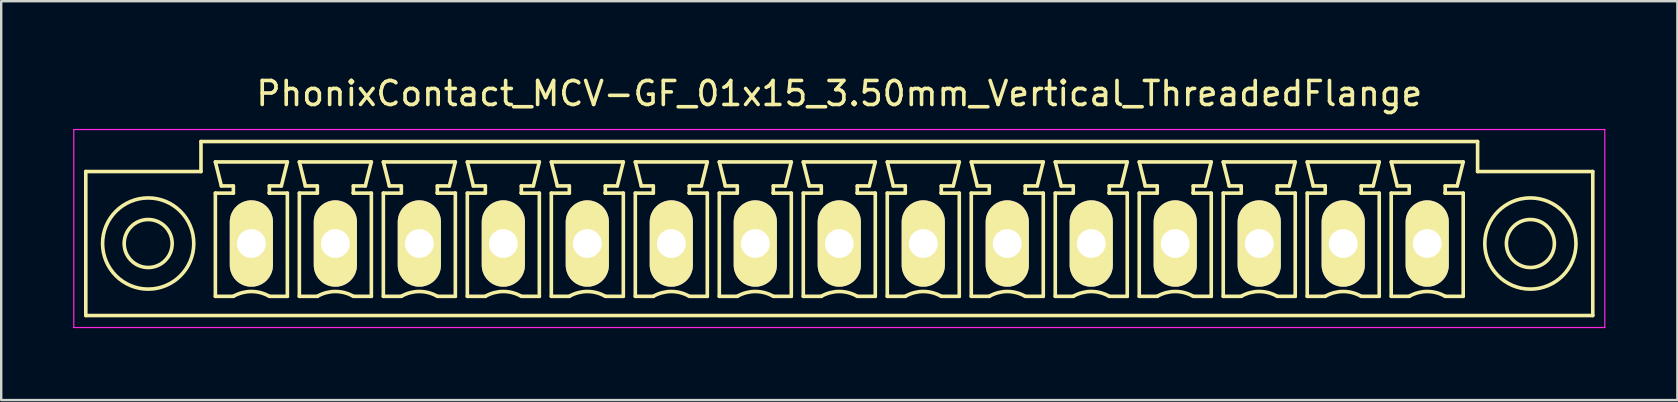
<source format=kicad_pcb>
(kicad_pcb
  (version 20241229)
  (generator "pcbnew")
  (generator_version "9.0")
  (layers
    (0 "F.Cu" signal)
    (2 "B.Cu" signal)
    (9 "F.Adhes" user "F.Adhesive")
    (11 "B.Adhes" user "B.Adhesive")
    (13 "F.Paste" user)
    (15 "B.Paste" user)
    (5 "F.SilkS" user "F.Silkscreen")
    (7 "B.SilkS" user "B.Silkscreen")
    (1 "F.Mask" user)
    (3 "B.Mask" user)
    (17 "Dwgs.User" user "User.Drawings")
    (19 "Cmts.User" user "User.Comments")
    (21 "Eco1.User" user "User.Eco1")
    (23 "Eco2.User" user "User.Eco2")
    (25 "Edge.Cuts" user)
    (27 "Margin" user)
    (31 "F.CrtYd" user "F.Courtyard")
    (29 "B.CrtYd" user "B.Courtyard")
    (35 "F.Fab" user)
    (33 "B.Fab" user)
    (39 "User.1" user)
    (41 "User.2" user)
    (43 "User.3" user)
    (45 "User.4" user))
  (footprint "PhonixContact_MCV-GF_01x15_3.50mm_Vertical_ThreadedFlange"
    (layer "F.Cu")
    (at 7.425 7.098)
    (property "Reference" "PhonixContact_MCV-GF_01x15_3.50mm_Vertical_ThreadedFlange" (at 24.5 -6.25 0) (layer "F.SilkS") (effects (font (size 1 1) (thickness 0.15))))
    (attr through_hole)
    (fp_line (start -6.9 -3) (end -6.9 3) (stroke (width 0.15) (type solid)) (layer "F.SilkS"))
    (fp_line (start -6.9 3) (end 55.9 3) (stroke (width 0.15) (type solid)) (layer "F.SilkS"))
    (fp_line (start -2.1 -4.25) (end -2.1 -3) (stroke (width 0.15) (type solid)) (layer "F.SilkS"))
    (fp_line (start -2.1 -3) (end -6.9 -3) (stroke (width 0.15) (type solid)) (layer "F.SilkS"))
    (fp_line (start -1.5 -3.4) (end 1.5 -3.4) (stroke (width 0.15) (type solid)) (layer "F.SilkS"))
    (fp_line (start -1.5 -2.1) (end -0.75 -2.1) (stroke (width 0.15) (type solid)) (layer "F.SilkS"))
    (fp_line (start -1.5 2.2) (end -1.5 -2.1) (stroke (width 0.15) (type solid)) (layer "F.SilkS"))
    (fp_line (start -1.25 -2.4) (end -1.5 -3.4) (stroke (width 0.15) (type solid)) (layer "F.SilkS"))
    (fp_line (start -0.75 -2.4) (end -1.25 -2.4) (stroke (width 0.15) (type solid)) (layer "F.SilkS"))
    (fp_line (start -0.75 -2.1) (end -0.75 -2.4) (stroke (width 0.15) (type solid)) (layer "F.SilkS"))
    (fp_line (start -0.75 2.2) (end -1.5 2.2) (stroke (width 0.15) (type solid)) (layer "F.SilkS"))
    (fp_line (start 0.75 -2.4) (end 0.75 -2.1) (stroke (width 0.15) (type solid)) (layer "F.SilkS"))
    (fp_line (start 0.75 -2.1) (end 0.75 -2.1) (stroke (width 0.15) (type solid)) (layer "F.SilkS"))
    (fp_line (start 0.75 -2.1) (end 1.5 -2.1) (stroke (width 0.15) (type solid)) (layer "F.SilkS"))
    (fp_line (start 1.25 -2.4) (end 0.75 -2.4) (stroke (width 0.15) (type solid)) (layer "F.SilkS"))
    (fp_line (start 1.5 -3.4) (end 1.25 -2.4) (stroke (width 0.15) (type solid)) (layer "F.SilkS"))
    (fp_line (start 1.5 -2.1) (end 1.5 2.2) (stroke (width 0.15) (type solid)) (layer "F.SilkS"))
    (fp_line (start 1.5 2.2) (end 0.75 2.2) (stroke (width 0.15) (type solid)) (layer "F.SilkS"))
    (fp_line (start 2 -3.4) (end 5 -3.4) (stroke (width 0.15) (type solid)) (layer "F.SilkS"))
    (fp_line (start 2 -2.1) (end 2.75 -2.1) (stroke (width 0.15) (type solid)) (layer "F.SilkS"))
    (fp_line (start 2 2.2) (end 2 -2.1) (stroke (width 0.15) (type solid)) (layer "F.SilkS"))
    (fp_line (start 2.25 -2.4) (end 2 -3.4) (stroke (width 0.15) (type solid)) (layer "F.SilkS"))
    (fp_line (start 2.75 -2.4) (end 2.25 -2.4) (stroke (width 0.15) (type solid)) (layer "F.SilkS"))
    (fp_line (start 2.75 -2.1) (end 2.75 -2.4) (stroke (width 0.15) (type solid)) (layer "F.SilkS"))
    (fp_line (start 2.75 2.2) (end 2 2.2) (stroke (width 0.15) (type solid)) (layer "F.SilkS"))
    (fp_line (start 4.25 -2.4) (end 4.25 -2.1) (stroke (width 0.15) (type solid)) (layer "F.SilkS"))
    (fp_line (start 4.25 -2.1) (end 4.25 -2.1) (stroke (width 0.15) (type solid)) (layer "F.SilkS"))
    (fp_line (start 4.25 -2.1) (end 5 -2.1) (stroke (width 0.15) (type solid)) (layer "F.SilkS"))
    (fp_line (start 4.75 -2.4) (end 4.25 -2.4) (stroke (width 0.15) (type solid)) (layer "F.SilkS"))
    (fp_line (start 5 -3.4) (end 4.75 -2.4) (stroke (width 0.15) (type solid)) (layer "F.SilkS"))
    (fp_line (start 5 -2.1) (end 5 2.2) (stroke (width 0.15) (type solid)) (layer "F.SilkS"))
    (fp_line (start 5 2.2) (end 4.25 2.2) (stroke (width 0.15) (type solid)) (layer "F.SilkS"))
    (fp_line (start 5.5 -3.4) (end 8.5 -3.4) (stroke (width 0.15) (type solid)) (layer "F.SilkS"))
    (fp_line (start 5.5 -2.1) (end 6.25 -2.1) (stroke (width 0.15) (type solid)) (layer "F.SilkS"))
    (fp_line (start 5.5 2.2) (end 5.5 -2.1) (stroke (width 0.15) (type solid)) (layer "F.SilkS"))
    (fp_line (start 5.75 -2.4) (end 5.5 -3.4) (stroke (width 0.15) (type solid)) (layer "F.SilkS"))
    (fp_line (start 6.25 -2.4) (end 5.75 -2.4) (stroke (width 0.15) (type solid)) (layer "F.SilkS"))
    (fp_line (start 6.25 -2.1) (end 6.25 -2.4) (stroke (width 0.15) (type solid)) (layer "F.SilkS"))
    (fp_line (start 6.25 2.2) (end 5.5 2.2) (stroke (width 0.15) (type solid)) (layer "F.SilkS"))
    (fp_line (start 7.75 -2.4) (end 7.75 -2.1) (stroke (width 0.15) (type solid)) (layer "F.SilkS"))
    (fp_line (start 7.75 -2.1) (end 7.75 -2.1) (stroke (width 0.15) (type solid)) (layer "F.SilkS"))
    (fp_line (start 7.75 -2.1) (end 8.5 -2.1) (stroke (width 0.15) (type solid)) (layer "F.SilkS"))
    (fp_line (start 8.25 -2.4) (end 7.75 -2.4) (stroke (width 0.15) (type solid)) (layer "F.SilkS"))
    (fp_line (start 8.5 -3.4) (end 8.25 -2.4) (stroke (width 0.15) (type solid)) (layer "F.SilkS"))
    (fp_line (start 8.5 -2.1) (end 8.5 2.2) (stroke (width 0.15) (type solid)) (layer "F.SilkS"))
    (fp_line (start 8.5 2.2) (end 7.75 2.2) (stroke (width 0.15) (type solid)) (layer "F.SilkS"))
    (fp_line (start 9 -3.4) (end 12 -3.4) (stroke (width 0.15) (type solid)) (layer "F.SilkS"))
    (fp_line (start 9 -2.1) (end 9.75 -2.1) (stroke (width 0.15) (type solid)) (layer "F.SilkS"))
    (fp_line (start 9 2.2) (end 9 -2.1) (stroke (width 0.15) (type solid)) (layer "F.SilkS"))
    (fp_line (start 9.25 -2.4) (end 9 -3.4) (stroke (width 0.15) (type solid)) (layer "F.SilkS"))
    (fp_line (start 9.75 -2.4) (end 9.25 -2.4) (stroke (width 0.15) (type solid)) (layer "F.SilkS"))
    (fp_line (start 9.75 -2.1) (end 9.75 -2.4) (stroke (width 0.15) (type solid)) (layer "F.SilkS"))
    (fp_line (start 9.75 2.2) (end 9 2.2) (stroke (width 0.15) (type solid)) (layer "F.SilkS"))
    (fp_line (start 11.25 -2.4) (end 11.25 -2.1) (stroke (width 0.15) (type solid)) (layer "F.SilkS"))
    (fp_line (start 11.25 -2.1) (end 11.25 -2.1) (stroke (width 0.15) (type solid)) (layer "F.SilkS"))
    (fp_line (start 11.25 -2.1) (end 12 -2.1) (stroke (width 0.15) (type solid)) (layer "F.SilkS"))
    (fp_line (start 11.75 -2.4) (end 11.25 -2.4) (stroke (width 0.15) (type solid)) (layer "F.SilkS"))
    (fp_line (start 12 -3.4) (end 11.75 -2.4) (stroke (width 0.15) (type solid)) (layer "F.SilkS"))
    (fp_line (start 12 -2.1) (end 12 2.2) (stroke (width 0.15) (type solid)) (layer "F.SilkS"))
    (fp_line (start 12 2.2) (end 11.25 2.2) (stroke (width 0.15) (type solid)) (layer "F.SilkS"))
    (fp_line (start 12.5 -3.4) (end 15.5 -3.4) (stroke (width 0.15) (type solid)) (layer "F.SilkS"))
    (fp_line (start 12.5 -2.1) (end 13.25 -2.1) (stroke (width 0.15) (type solid)) (layer "F.SilkS"))
    (fp_line (start 12.5 2.2) (end 12.5 -2.1) (stroke (width 0.15) (type solid)) (layer "F.SilkS"))
    (fp_line (start 12.75 -2.4) (end 12.5 -3.4) (stroke (width 0.15) (type solid)) (layer "F.SilkS"))
    (fp_line (start 13.25 -2.4) (end 12.75 -2.4) (stroke (width 0.15) (type solid)) (layer "F.SilkS"))
    (fp_line (start 13.25 -2.1) (end 13.25 -2.4) (stroke (width 0.15) (type solid)) (layer "F.SilkS"))
    (fp_line (start 13.25 2.2) (end 12.5 2.2) (stroke (width 0.15) (type solid)) (layer "F.SilkS"))
    (fp_line (start 14.75 -2.4) (end 14.75 -2.1) (stroke (width 0.15) (type solid)) (layer "F.SilkS"))
    (fp_line (start 14.75 -2.1) (end 14.75 -2.1) (stroke (width 0.15) (type solid)) (layer "F.SilkS"))
    (fp_line (start 14.75 -2.1) (end 15.5 -2.1) (stroke (width 0.15) (type solid)) (layer "F.SilkS"))
    (fp_line (start 15.25 -2.4) (end 14.75 -2.4) (stroke (width 0.15) (type solid)) (layer "F.SilkS"))
    (fp_line (start 15.5 -3.4) (end 15.25 -2.4) (stroke (width 0.15) (type solid)) (layer "F.SilkS"))
    (fp_line (start 15.5 -2.1) (end 15.5 2.2) (stroke (width 0.15) (type solid)) (layer "F.SilkS"))
    (fp_line (start 15.5 2.2) (end 14.75 2.2) (stroke (width 0.15) (type solid)) (layer "F.SilkS"))
    (fp_line (start 16 -3.4) (end 19 -3.4) (stroke (width 0.15) (type solid)) (layer "F.SilkS"))
    (fp_line (start 16 -2.1) (end 16.75 -2.1) (stroke (width 0.15) (type solid)) (layer "F.SilkS"))
    (fp_line (start 16 2.2) (end 16 -2.1) (stroke (width 0.15) (type solid)) (layer "F.SilkS"))
    (fp_line (start 16.25 -2.4) (end 16 -3.4) (stroke (width 0.15) (type solid)) (layer "F.SilkS"))
    (fp_line (start 16.75 -2.4) (end 16.25 -2.4) (stroke (width 0.15) (type solid)) (layer "F.SilkS"))
    (fp_line (start 16.75 -2.1) (end 16.75 -2.4) (stroke (width 0.15) (type solid)) (layer "F.SilkS"))
    (fp_line (start 16.75 2.2) (end 16 2.2) (stroke (width 0.15) (type solid)) (layer "F.SilkS"))
    (fp_line (start 18.25 -2.4) (end 18.25 -2.1) (stroke (width 0.15) (type solid)) (layer "F.SilkS"))
    (fp_line (start 18.25 -2.1) (end 18.25 -2.1) (stroke (width 0.15) (type solid)) (layer "F.SilkS"))
    (fp_line (start 18.25 -2.1) (end 19 -2.1) (stroke (width 0.15) (type solid)) (layer "F.SilkS"))
    (fp_line (start 18.75 -2.4) (end 18.25 -2.4) (stroke (width 0.15) (type solid)) (layer "F.SilkS"))
    (fp_line (start 19 -3.4) (end 18.75 -2.4) (stroke (width 0.15) (type solid)) (layer "F.SilkS"))
    (fp_line (start 19 -2.1) (end 19 2.2) (stroke (width 0.15) (type solid)) (layer "F.SilkS"))
    (fp_line (start 19 2.2) (end 18.25 2.2) (stroke (width 0.15) (type solid)) (layer "F.SilkS"))
    (fp_line (start 19.5 -3.4) (end 22.5 -3.4) (stroke (width 0.15) (type solid)) (layer "F.SilkS"))
    (fp_line (start 19.5 -2.1) (end 20.25 -2.1) (stroke (width 0.15) (type solid)) (layer "F.SilkS"))
    (fp_line (start 19.5 2.2) (end 19.5 -2.1) (stroke (width 0.15) (type solid)) (layer "F.SilkS"))
    (fp_line (start 19.75 -2.4) (end 19.5 -3.4) (stroke (width 0.15) (type solid)) (layer "F.SilkS"))
    (fp_line (start 20.25 -2.4) (end 19.75 -2.4) (stroke (width 0.15) (type solid)) (layer "F.SilkS"))
    (fp_line (start 20.25 -2.1) (end 20.25 -2.4) (stroke (width 0.15) (type solid)) (layer "F.SilkS"))
    (fp_line (start 20.25 2.2) (end 19.5 2.2) (stroke (width 0.15) (type solid)) (layer "F.SilkS"))
    (fp_line (start 21.75 -2.4) (end 21.75 -2.1) (stroke (width 0.15) (type solid)) (layer "F.SilkS"))
    (fp_line (start 21.75 -2.1) (end 21.75 -2.1) (stroke (width 0.15) (type solid)) (layer "F.SilkS"))
    (fp_line (start 21.75 -2.1) (end 22.5 -2.1) (stroke (width 0.15) (type solid)) (layer "F.SilkS"))
    (fp_line (start 22.25 -2.4) (end 21.75 -2.4) (stroke (width 0.15) (type solid)) (layer "F.SilkS"))
    (fp_line (start 22.5 -3.4) (end 22.25 -2.4) (stroke (width 0.15) (type solid)) (layer "F.SilkS"))
    (fp_line (start 22.5 -2.1) (end 22.5 2.2) (stroke (width 0.15) (type solid)) (layer "F.SilkS"))
    (fp_line (start 22.5 2.2) (end 21.75 2.2) (stroke (width 0.15) (type solid)) (layer "F.SilkS"))
    (fp_line (start 23 -3.4) (end 26 -3.4) (stroke (width 0.15) (type solid)) (layer "F.SilkS"))
    (fp_line (start 23 -2.1) (end 23.75 -2.1) (stroke (width 0.15) (type solid)) (layer "F.SilkS"))
    (fp_line (start 23 2.2) (end 23 -2.1) (stroke (width 0.15) (type solid)) (layer "F.SilkS"))
    (fp_line (start 23.25 -2.4) (end 23 -3.4) (stroke (width 0.15) (type solid)) (layer "F.SilkS"))
    (fp_line (start 23.75 -2.4) (end 23.25 -2.4) (stroke (width 0.15) (type solid)) (layer "F.SilkS"))
    (fp_line (start 23.75 -2.1) (end 23.75 -2.4) (stroke (width 0.15) (type solid)) (layer "F.SilkS"))
    (fp_line (start 23.75 2.2) (end 23 2.2) (stroke (width 0.15) (type solid)) (layer "F.SilkS"))
    (fp_line (start 25.25 -2.4) (end 25.25 -2.1) (stroke (width 0.15) (type solid)) (layer "F.SilkS"))
    (fp_line (start 25.25 -2.1) (end 25.25 -2.1) (stroke (width 0.15) (type solid)) (layer "F.SilkS"))
    (fp_line (start 25.25 -2.1) (end 26 -2.1) (stroke (width 0.15) (type solid)) (layer "F.SilkS"))
    (fp_line (start 25.75 -2.4) (end 25.25 -2.4) (stroke (width 0.15) (type solid)) (layer "F.SilkS"))
    (fp_line (start 26 -3.4) (end 25.75 -2.4) (stroke (width 0.15) (type solid)) (layer "F.SilkS"))
    (fp_line (start 26 -2.1) (end 26 2.2) (stroke (width 0.15) (type solid)) (layer "F.SilkS"))
    (fp_line (start 26 2.2) (end 25.25 2.2) (stroke (width 0.15) (type solid)) (layer "F.SilkS"))
    (fp_line (start 26.5 -3.4) (end 29.5 -3.4) (stroke (width 0.15) (type solid)) (layer "F.SilkS"))
    (fp_line (start 26.5 -2.1) (end 27.25 -2.1) (stroke (width 0.15) (type solid)) (layer "F.SilkS"))
    (fp_line (start 26.5 2.2) (end 26.5 -2.1) (stroke (width 0.15) (type solid)) (layer "F.SilkS"))
    (fp_line (start 26.75 -2.4) (end 26.5 -3.4) (stroke (width 0.15) (type solid)) (layer "F.SilkS"))
    (fp_line (start 27.25 -2.4) (end 26.75 -2.4) (stroke (width 0.15) (type solid)) (layer "F.SilkS"))
    (fp_line (start 27.25 -2.1) (end 27.25 -2.4) (stroke (width 0.15) (type solid)) (layer "F.SilkS"))
    (fp_line (start 27.25 2.2) (end 26.5 2.2) (stroke (width 0.15) (type solid)) (layer "F.SilkS"))
    (fp_line (start 28.75 -2.4) (end 28.75 -2.1) (stroke (width 0.15) (type solid)) (layer "F.SilkS"))
    (fp_line (start 28.75 -2.1) (end 28.75 -2.1) (stroke (width 0.15) (type solid)) (layer "F.SilkS"))
    (fp_line (start 28.75 -2.1) (end 29.5 -2.1) (stroke (width 0.15) (type solid)) (layer "F.SilkS"))
    (fp_line (start 29.25 -2.4) (end 28.75 -2.4) (stroke (width 0.15) (type solid)) (layer "F.SilkS"))
    (fp_line (start 29.5 -3.4) (end 29.25 -2.4) (stroke (width 0.15) (type solid)) (layer "F.SilkS"))
    (fp_line (start 29.5 -2.1) (end 29.5 2.2) (stroke (width 0.15) (type solid)) (layer "F.SilkS"))
    (fp_line (start 29.5 2.2) (end 28.75 2.2) (stroke (width 0.15) (type solid)) (layer "F.SilkS"))
    (fp_line (start 30 -3.4) (end 33 -3.4) (stroke (width 0.15) (type solid)) (layer "F.SilkS"))
    (fp_line (start 30 -2.1) (end 30.75 -2.1) (stroke (width 0.15) (type solid)) (layer "F.SilkS"))
    (fp_line (start 30 2.2) (end 30 -2.1) (stroke (width 0.15) (type solid)) (layer "F.SilkS"))
    (fp_line (start 30.25 -2.4) (end 30 -3.4) (stroke (width 0.15) (type solid)) (layer "F.SilkS"))
    (fp_line (start 30.75 -2.4) (end 30.25 -2.4) (stroke (width 0.15) (type solid)) (layer "F.SilkS"))
    (fp_line (start 30.75 -2.1) (end 30.75 -2.4) (stroke (width 0.15) (type solid)) (layer "F.SilkS"))
    (fp_line (start 30.75 2.2) (end 30 2.2) (stroke (width 0.15) (type solid)) (layer "F.SilkS"))
    (fp_line (start 32.25 -2.4) (end 32.25 -2.1) (stroke (width 0.15) (type solid)) (layer "F.SilkS"))
    (fp_line (start 32.25 -2.1) (end 32.25 -2.1) (stroke (width 0.15) (type solid)) (layer "F.SilkS"))
    (fp_line (start 32.25 -2.1) (end 33 -2.1) (stroke (width 0.15) (type solid)) (layer "F.SilkS"))
    (fp_line (start 32.75 -2.4) (end 32.25 -2.4) (stroke (width 0.15) (type solid)) (layer "F.SilkS"))
    (fp_line (start 33 -3.4) (end 32.75 -2.4) (stroke (width 0.15) (type solid)) (layer "F.SilkS"))
    (fp_line (start 33 -2.1) (end 33 2.2) (stroke (width 0.15) (type solid)) (layer "F.SilkS"))
    (fp_line (start 33 2.2) (end 32.25 2.2) (stroke (width 0.15) (type solid)) (layer "F.SilkS"))
    (fp_line (start 33.5 -3.4) (end 36.5 -3.4) (stroke (width 0.15) (type solid)) (layer "F.SilkS"))
    (fp_line (start 33.5 -2.1) (end 34.25 -2.1) (stroke (width 0.15) (type solid)) (layer "F.SilkS"))
    (fp_line (start 33.5 2.2) (end 33.5 -2.1) (stroke (width 0.15) (type solid)) (layer "F.SilkS"))
    (fp_line (start 33.75 -2.4) (end 33.5 -3.4) (stroke (width 0.15) (type solid)) (layer "F.SilkS"))
    (fp_line (start 34.25 -2.4) (end 33.75 -2.4) (stroke (width 0.15) (type solid)) (layer "F.SilkS"))
    (fp_line (start 34.25 -2.1) (end 34.25 -2.4) (stroke (width 0.15) (type solid)) (layer "F.SilkS"))
    (fp_line (start 34.25 2.2) (end 33.5 2.2) (stroke (width 0.15) (type solid)) (layer "F.SilkS"))
    (fp_line (start 35.75 -2.4) (end 35.75 -2.1) (stroke (width 0.15) (type solid)) (layer "F.SilkS"))
    (fp_line (start 35.75 -2.1) (end 35.75 -2.1) (stroke (width 0.15) (type solid)) (layer "F.SilkS"))
    (fp_line (start 35.75 -2.1) (end 36.5 -2.1) (stroke (width 0.15) (type solid)) (layer "F.SilkS"))
    (fp_line (start 36.25 -2.4) (end 35.75 -2.4) (stroke (width 0.15) (type solid)) (layer "F.SilkS"))
    (fp_line (start 36.5 -3.4) (end 36.25 -2.4) (stroke (width 0.15) (type solid)) (layer "F.SilkS"))
    (fp_line (start 36.5 -2.1) (end 36.5 2.2) (stroke (width 0.15) (type solid)) (layer "F.SilkS"))
    (fp_line (start 36.5 2.2) (end 35.75 2.2) (stroke (width 0.15) (type solid)) (layer "F.SilkS"))
    (fp_line (start 37 -3.4) (end 40 -3.4) (stroke (width 0.15) (type solid)) (layer "F.SilkS"))
    (fp_line (start 37 -2.1) (end 37.75 -2.1) (stroke (width 0.15) (type solid)) (layer "F.SilkS"))
    (fp_line (start 37 2.2) (end 37 -2.1) (stroke (width 0.15) (type solid)) (layer "F.SilkS"))
    (fp_line (start 37.25 -2.4) (end 37 -3.4) (stroke (width 0.15) (type solid)) (layer "F.SilkS"))
    (fp_line (start 37.75 -2.4) (end 37.25 -2.4) (stroke (width 0.15) (type solid)) (layer "F.SilkS"))
    (fp_line (start 37.75 -2.1) (end 37.75 -2.4) (stroke (width 0.15) (type solid)) (layer "F.SilkS"))
    (fp_line (start 37.75 2.2) (end 37 2.2) (stroke (width 0.15) (type solid)) (layer "F.SilkS"))
    (fp_line (start 39.25 -2.4) (end 39.25 -2.1) (stroke (width 0.15) (type solid)) (layer "F.SilkS"))
    (fp_line (start 39.25 -2.1) (end 39.25 -2.1) (stroke (width 0.15) (type solid)) (layer "F.SilkS"))
    (fp_line (start 39.25 -2.1) (end 40 -2.1) (stroke (width 0.15) (type solid)) (layer "F.SilkS"))
    (fp_line (start 39.75 -2.4) (end 39.25 -2.4) (stroke (width 0.15) (type solid)) (layer "F.SilkS"))
    (fp_line (start 40 -3.4) (end 39.75 -2.4) (stroke (width 0.15) (type solid)) (layer "F.SilkS"))
    (fp_line (start 40 -2.1) (end 40 2.2) (stroke (width 0.15) (type solid)) (layer "F.SilkS"))
    (fp_line (start 40 2.2) (end 39.25 2.2) (stroke (width 0.15) (type solid)) (layer "F.SilkS"))
    (fp_line (start 40.5 -3.4) (end 43.5 -3.4) (stroke (width 0.15) (type solid)) (layer "F.SilkS"))
    (fp_line (start 40.5 -2.1) (end 41.25 -2.1) (stroke (width 0.15) (type solid)) (layer "F.SilkS"))
    (fp_line (start 40.5 2.2) (end 40.5 -2.1) (stroke (width 0.15) (type solid)) (layer "F.SilkS"))
    (fp_line (start 40.75 -2.4) (end 40.5 -3.4) (stroke (width 0.15) (type solid)) (layer "F.SilkS"))
    (fp_line (start 41.25 -2.4) (end 40.75 -2.4) (stroke (width 0.15) (type solid)) (layer "F.SilkS"))
    (fp_line (start 41.25 -2.1) (end 41.25 -2.4) (stroke (width 0.15) (type solid)) (layer "F.SilkS"))
    (fp_line (start 41.25 2.2) (end 40.5 2.2) (stroke (width 0.15) (type solid)) (layer "F.SilkS"))
    (fp_line (start 42.75 -2.4) (end 42.75 -2.1) (stroke (width 0.15) (type solid)) (layer "F.SilkS"))
    (fp_line (start 42.75 -2.1) (end 42.75 -2.1) (stroke (width 0.15) (type solid)) (layer "F.SilkS"))
    (fp_line (start 42.75 -2.1) (end 43.5 -2.1) (stroke (width 0.15) (type solid)) (layer "F.SilkS"))
    (fp_line (start 43.25 -2.4) (end 42.75 -2.4) (stroke (width 0.15) (type solid)) (layer "F.SilkS"))
    (fp_line (start 43.5 -3.4) (end 43.25 -2.4) (stroke (width 0.15) (type solid)) (layer "F.SilkS"))
    (fp_line (start 43.5 -2.1) (end 43.5 2.2) (stroke (width 0.15) (type solid)) (layer "F.SilkS"))
    (fp_line (start 43.5 2.2) (end 42.75 2.2) (stroke (width 0.15) (type solid)) (layer "F.SilkS"))
    (fp_line (start 44 -3.4) (end 47 -3.4) (stroke (width 0.15) (type solid)) (layer "F.SilkS"))
    (fp_line (start 44 -2.1) (end 44.75 -2.1) (stroke (width 0.15) (type solid)) (layer "F.SilkS"))
    (fp_line (start 44 2.2) (end 44 -2.1) (stroke (width 0.15) (type solid)) (layer "F.SilkS"))
    (fp_line (start 44.25 -2.4) (end 44 -3.4) (stroke (width 0.15) (type solid)) (layer "F.SilkS"))
    (fp_line (start 44.75 -2.4) (end 44.25 -2.4) (stroke (width 0.15) (type solid)) (layer "F.SilkS"))
    (fp_line (start 44.75 -2.1) (end 44.75 -2.4) (stroke (width 0.15) (type solid)) (layer "F.SilkS"))
    (fp_line (start 44.75 2.2) (end 44 2.2) (stroke (width 0.15) (type solid)) (layer "F.SilkS"))
    (fp_line (start 46.25 -2.4) (end 46.25 -2.1) (stroke (width 0.15) (type solid)) (layer "F.SilkS"))
    (fp_line (start 46.25 -2.1) (end 46.25 -2.1) (stroke (width 0.15) (type solid)) (layer "F.SilkS"))
    (fp_line (start 46.25 -2.1) (end 47 -2.1) (stroke (width 0.15) (type solid)) (layer "F.SilkS"))
    (fp_line (start 46.75 -2.4) (end 46.25 -2.4) (stroke (width 0.15) (type solid)) (layer "F.SilkS"))
    (fp_line (start 47 -3.4) (end 46.75 -2.4) (stroke (width 0.15) (type solid)) (layer "F.SilkS"))
    (fp_line (start 47 -2.1) (end 47 2.2) (stroke (width 0.15) (type solid)) (layer "F.SilkS"))
    (fp_line (start 47 2.2) (end 46.25 2.2) (stroke (width 0.15) (type solid)) (layer "F.SilkS"))
    (fp_line (start 47.5 -3.4) (end 50.5 -3.4) (stroke (width 0.15) (type solid)) (layer "F.SilkS"))
    (fp_line (start 47.5 -2.1) (end 48.25 -2.1) (stroke (width 0.15) (type solid)) (layer "F.SilkS"))
    (fp_line (start 47.5 2.2) (end 47.5 -2.1) (stroke (width 0.15) (type solid)) (layer "F.SilkS"))
    (fp_line (start 47.75 -2.4) (end 47.5 -3.4) (stroke (width 0.15) (type solid)) (layer "F.SilkS"))
    (fp_line (start 48.25 -2.4) (end 47.75 -2.4) (stroke (width 0.15) (type solid)) (layer "F.SilkS"))
    (fp_line (start 48.25 -2.1) (end 48.25 -2.4) (stroke (width 0.15) (type solid)) (layer "F.SilkS"))
    (fp_line (start 48.25 2.2) (end 47.5 2.2) (stroke (width 0.15) (type solid)) (layer "F.SilkS"))
    (fp_line (start 49.75 -2.4) (end 49.75 -2.1) (stroke (width 0.15) (type solid)) (layer "F.SilkS"))
    (fp_line (start 49.75 -2.1) (end 49.75 -2.1) (stroke (width 0.15) (type solid)) (layer "F.SilkS"))
    (fp_line (start 49.75 -2.1) (end 50.5 -2.1) (stroke (width 0.15) (type solid)) (layer "F.SilkS"))
    (fp_line (start 50.25 -2.4) (end 49.75 -2.4) (stroke (width 0.15) (type solid)) (layer "F.SilkS"))
    (fp_line (start 50.5 -3.4) (end 50.25 -2.4) (stroke (width 0.15) (type solid)) (layer "F.SilkS"))
    (fp_line (start 50.5 -2.1) (end 50.5 2.2) (stroke (width 0.15) (type solid)) (layer "F.SilkS"))
    (fp_line (start 50.5 2.2) (end 49.75 2.2) (stroke (width 0.15) (type solid)) (layer "F.SilkS"))
    (fp_line (start 51.1 -4.25) (end -2.1 -4.25) (stroke (width 0.15) (type solid)) (layer "F.SilkS"))
    (fp_line (start 51.1 -3) (end 51.1 -4.25) (stroke (width 0.15) (type solid)) (layer "F.SilkS"))
    (fp_line (start 55.9 -3) (end 51.1 -3) (stroke (width 0.15) (type solid)) (layer "F.SilkS"))
    (fp_line (start 55.9 3) (end 55.9 -3) (stroke (width 0.15) (type solid)) (layer "F.SilkS"))
    (fp_arc (start -0.75 2.2) (mid -0.006068 1.999179) (end 0.739464 2.193978) (stroke (width 0.15) (type solid)) (layer "F.SilkS"))
    (fp_arc (start 2.75 2.2) (mid 3.493932 1.999179) (end 4.239464 2.193978) (stroke (width 0.15) (type solid)) (layer "F.SilkS"))
    (fp_arc (start 6.25 2.2) (mid 6.993932 1.999179) (end 7.739464 2.193978) (stroke (width 0.15) (type solid)) (layer "F.SilkS"))
    (fp_arc (start 9.75 2.2) (mid 10.493932 1.999179) (end 11.239464 2.193978) (stroke (width 0.15) (type solid)) (layer "F.SilkS"))
    (fp_arc (start 13.25 2.2) (mid 13.993932 1.999179) (end 14.739464 2.193978) (stroke (width 0.15) (type solid)) (layer "F.SilkS"))
    (fp_arc (start 16.75 2.2) (mid 17.493932 1.999179) (end 18.239464 2.193978) (stroke (width 0.15) (type solid)) (layer "F.SilkS"))
    (fp_arc (start 20.25 2.2) (mid 20.993932 1.999179) (end 21.739464 2.193978) (stroke (width 0.15) (type solid)) (layer "F.SilkS"))
    (fp_arc (start 23.75 2.2) (mid 24.493932 1.999179) (end 25.239464 2.193978) (stroke (width 0.15) (type solid)) (layer "F.SilkS"))
    (fp_arc (start 27.25 2.2) (mid 27.993932 1.999179) (end 28.739464 2.193978) (stroke (width 0.15) (type solid)) (layer "F.SilkS"))
    (fp_arc (start 30.75 2.2) (mid 31.493932 1.999179) (end 32.239464 2.193978) (stroke (width 0.15) (type solid)) (layer "F.SilkS"))
    (fp_arc (start 34.25 2.2) (mid 34.993932 1.999179) (end 35.739464 2.193978) (stroke (width 0.15) (type solid)) (layer "F.SilkS"))
    (fp_arc (start 37.75 2.2) (mid 38.493932 1.999179) (end 39.239464 2.193978) (stroke (width 0.15) (type solid)) (layer "F.SilkS"))
    (fp_arc (start 41.25 2.2) (mid 41.993932 1.999179) (end 42.739464 2.193978) (stroke (width 0.15) (type solid)) (layer "F.SilkS"))
    (fp_arc (start 44.75 2.2) (mid 45.493932 1.999179) (end 46.239464 2.193978) (stroke (width 0.15) (type solid)) (layer "F.SilkS"))
    (fp_arc (start 48.25 2.2) (mid 48.993932 1.999179) (end 49.739464 2.193978) (stroke (width 0.15) (type solid)) (layer "F.SilkS"))
    (fp_circle (center -4.3 0) (end -3.3 0) (stroke (width 0.15) (type solid)) (fill no) (layer "F.SilkS"))
    (fp_circle (center -4.3 0) (end -2.4 0) (stroke (width 0.15) (type solid)) (fill no) (layer "F.SilkS"))
    (fp_circle (center 53.3 0) (end 54.3 0) (stroke (width 0.15) (type solid)) (fill no) (layer "F.SilkS"))
    (fp_circle (center 53.3 0) (end 55.2 0) (stroke (width 0.15) (type solid)) (fill no) (layer "F.SilkS"))
    (fp_line (start -7.4 -4.75) (end -7.4 3.5) (stroke (width 0.05) (type solid)) (layer "F.CrtYd"))
    (fp_line (start -7.4 3.5) (end 56.4 3.5) (stroke (width 0.05) (type solid)) (layer "F.CrtYd"))
    (fp_line (start 56.4 -4.75) (end -7.4 -4.75) (stroke (width 0.05) (type solid)) (layer "F.CrtYd"))
    (fp_line (start 56.4 3.5) (end 56.4 -4.75) (stroke (width 0.05) (type solid)) (layer "F.CrtYd"))
    (pad "1" thru_hole oval (at 0 0) (size 1.8 3.6) (drill 1.2) (layers "*.Cu" "*.Mask" "F.SilkS"))
    (pad "2" thru_hole oval (at 3.5 0) (size 1.8 3.6) (drill 1.2) (layers "*.Cu" "*.Mask" "F.SilkS"))
    (pad "3" thru_hole oval (at 7 0) (size 1.8 3.6) (drill 1.2) (layers "*.Cu" "*.Mask" "F.SilkS"))
    (pad "4" thru_hole oval (at 10.5 0) (size 1.8 3.6) (drill 1.2) (layers "*.Cu" "*.Mask" "F.SilkS"))
    (pad "5" thru_hole oval (at 14 0) (size 1.8 3.6) (drill 1.2) (layers "*.Cu" "*.Mask" "F.SilkS"))
    (pad "6" thru_hole oval (at 17.5 0) (size 1.8 3.6) (drill 1.2) (layers "*.Cu" "*.Mask" "F.SilkS"))
    (pad "7" thru_hole oval (at 21 0) (size 1.8 3.6) (drill 1.2) (layers "*.Cu" "*.Mask" "F.SilkS"))
    (pad "8" thru_hole oval (at 24.5 0) (size 1.8 3.6) (drill 1.2) (layers "*.Cu" "*.Mask" "F.SilkS"))
    (pad "9" thru_hole oval (at 28 0) (size 1.8 3.6) (drill 1.2) (layers "*.Cu" "*.Mask" "F.SilkS"))
    (pad "10" thru_hole oval (at 31.5 0) (size 1.8 3.6) (drill 1.2) (layers "*.Cu" "*.Mask" "F.SilkS"))
    (pad "11" thru_hole oval (at 35 0) (size 1.8 3.6) (drill 1.2) (layers "*.Cu" "*.Mask" "F.SilkS"))
    (pad "12" thru_hole oval (at 38.5 0) (size 1.8 3.6) (drill 1.2) (layers "*.Cu" "*.Mask" "F.SilkS"))
    (pad "13" thru_hole oval (at 42 0) (size 1.8 3.6) (drill 1.2) (layers "*.Cu" "*.Mask" "F.SilkS"))
    (pad "14" thru_hole oval (at 45.5 0) (size 1.8 3.6) (drill 1.2) (layers "*.Cu" "*.Mask" "F.SilkS"))
    (pad "15" thru_hole oval (at 49 0) (size 1.8 3.6) (drill 1.2) (layers "*.Cu" "*.Mask" "F.SilkS")))
  (gr_rect
    (start -3 -3)
    (end 66.85 13.623)
    (stroke (width 0.1) (type default))
    (fill no)
    (layer "Edge.Cuts")))
</source>
